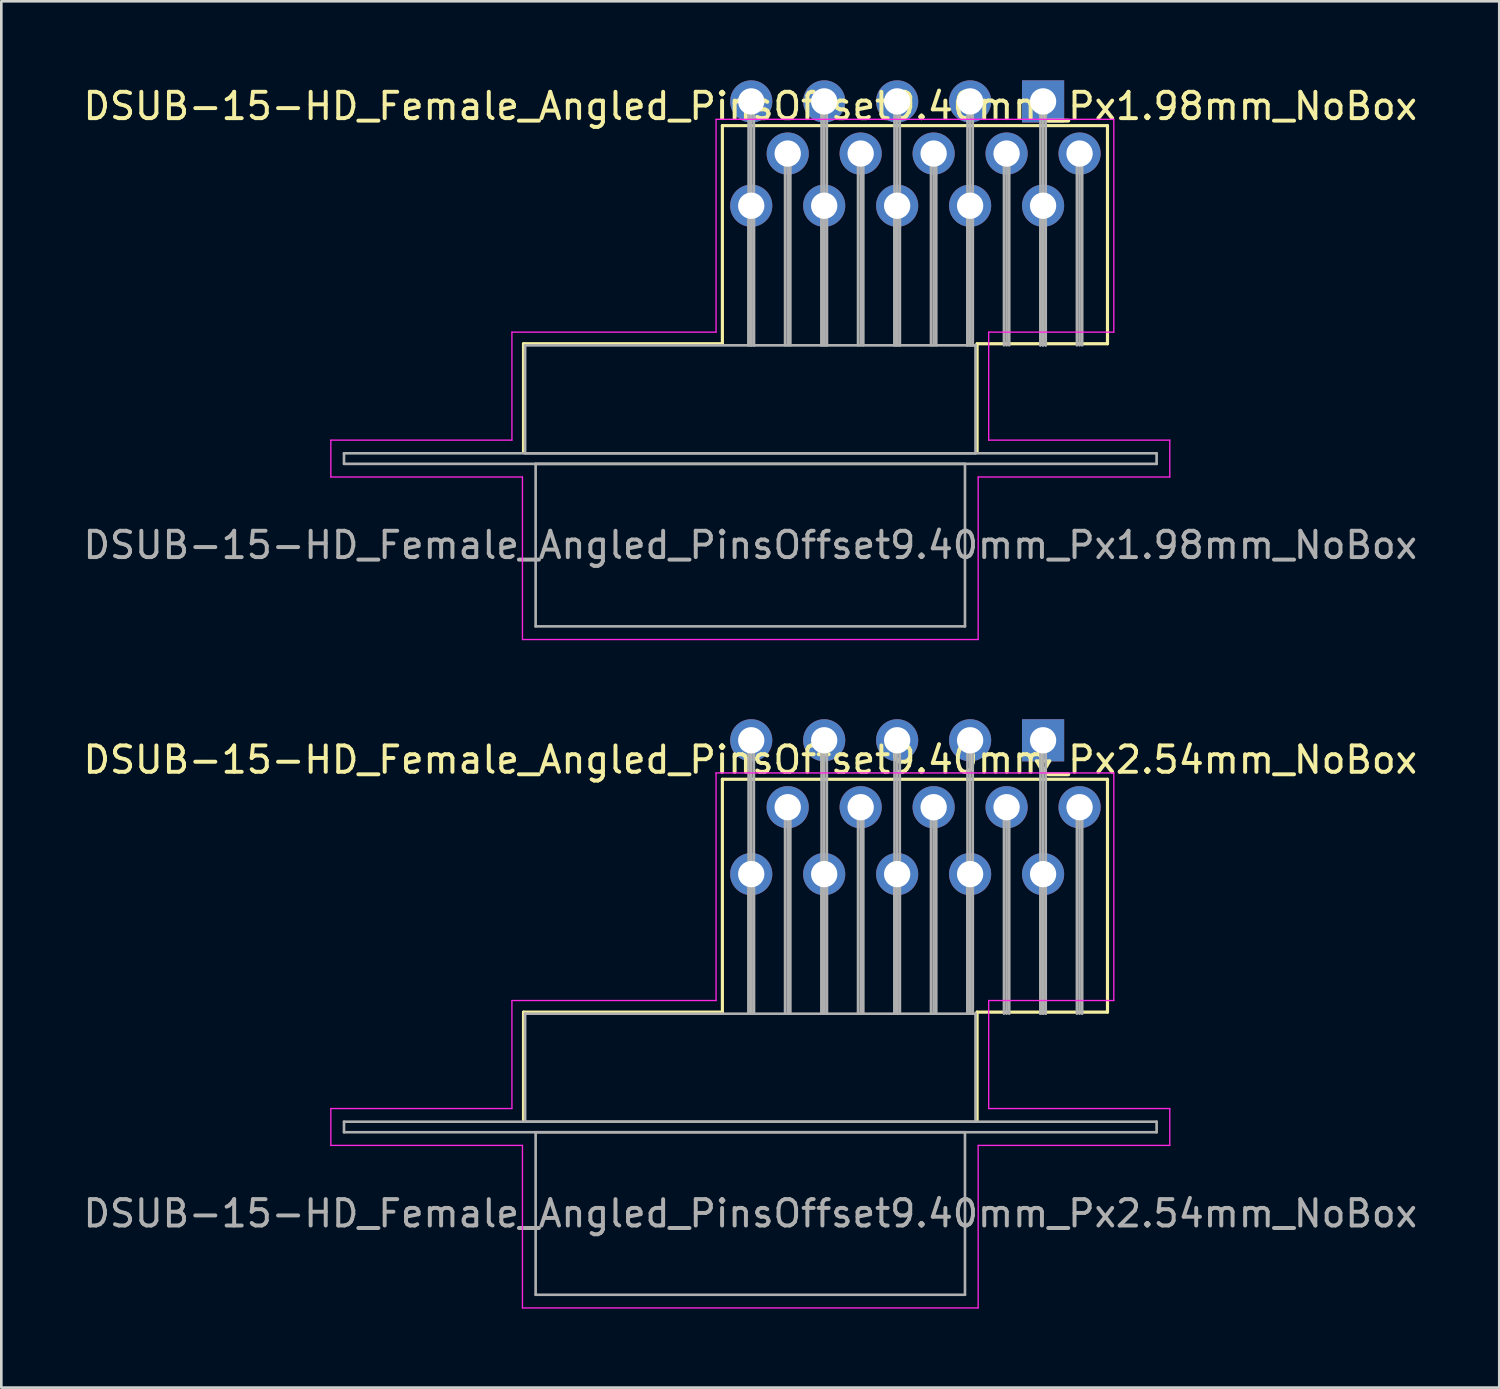
<source format=kicad_pcb>
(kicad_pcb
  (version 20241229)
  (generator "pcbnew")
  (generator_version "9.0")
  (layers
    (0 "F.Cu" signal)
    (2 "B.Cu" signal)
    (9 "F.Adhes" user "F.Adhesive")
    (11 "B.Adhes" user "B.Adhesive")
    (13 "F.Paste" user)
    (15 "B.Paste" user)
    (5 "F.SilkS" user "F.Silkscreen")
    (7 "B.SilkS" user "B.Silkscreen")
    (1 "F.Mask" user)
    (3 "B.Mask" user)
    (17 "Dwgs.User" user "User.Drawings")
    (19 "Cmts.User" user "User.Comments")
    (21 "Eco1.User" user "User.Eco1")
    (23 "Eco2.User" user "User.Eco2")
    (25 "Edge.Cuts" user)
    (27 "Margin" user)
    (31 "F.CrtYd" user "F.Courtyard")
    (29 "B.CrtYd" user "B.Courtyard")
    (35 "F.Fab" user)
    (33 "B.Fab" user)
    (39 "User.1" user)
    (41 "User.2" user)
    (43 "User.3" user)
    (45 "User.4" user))
  (footprint "DSUB-15-HD_Female_Angled_PinsOffset9.40mm_Px2.54mm_NoBox"
    (layer "F.Cu")
    (at 36.55 25.055)
    (property "Reference" "DSUB-15-HD_Female_Angled_PinsOffset9.40mm_Px2.54mm_NoBox" (at -11.115 0.74 0) (layer "F.SilkS") (effects (font (size 1 1) (thickness 0.15))))
    (attr through_hole)
    (fp_line (start -19.725 10.32) (end -12.175 10.32) (stroke (width 0.12) (type solid)) (layer "F.SilkS"))
    (fp_line (start -19.725 14.42) (end -19.725 10.32) (stroke (width 0.12) (type solid)) (layer "F.SilkS"))
    (fp_line (start -12.175 1.48) (end 2.445 1.48) (stroke (width 0.12) (type solid)) (layer "F.SilkS"))
    (fp_line (start -12.175 10.32) (end -12.175 1.48) (stroke (width 0.12) (type solid)) (layer "F.SilkS"))
    (fp_line (start -2.505 10.32) (end -2.505 14.42) (stroke (width 0.12) (type solid)) (layer "F.SilkS"))
    (fp_line (start -0.25 0.786) (end 0.25 0.786) (stroke (width 0.12) (type solid)) (layer "F.SilkS"))
    (fp_line (start 0 1.219) (end -0.25 0.786) (stroke (width 0.12) (type solid)) (layer "F.SilkS"))
    (fp_line (start 0.25 0.786) (end 0 1.219) (stroke (width 0.12) (type solid)) (layer "F.SilkS"))
    (fp_line (start 2.445 1.48) (end 2.445 10.32) (stroke (width 0.12) (type solid)) (layer "F.SilkS"))
    (fp_line (start 2.445 10.32) (end -2.505 10.32) (stroke (width 0.12) (type solid)) (layer "F.SilkS"))
    (fp_line (start -27.04 13.98) (end -20.165 13.98) (stroke (width 0.05) (type solid)) (layer "F.CrtYd"))
    (fp_line (start -27.04 15.38) (end -27.04 13.98) (stroke (width 0.05) (type solid)) (layer "F.CrtYd"))
    (fp_line (start -20.165 9.88) (end -12.415 9.88) (stroke (width 0.05) (type solid)) (layer "F.CrtYd"))
    (fp_line (start -20.165 13.98) (end -20.165 9.88) (stroke (width 0.05) (type solid)) (layer "F.CrtYd"))
    (fp_line (start -19.765 15.38) (end -27.04 15.38) (stroke (width 0.05) (type solid)) (layer "F.CrtYd"))
    (fp_line (start -19.765 21.55) (end -19.765 15.38) (stroke (width 0.05) (type solid)) (layer "F.CrtYd"))
    (fp_line (start -12.415 1.24) (end 2.685 1.24) (stroke (width 0.05) (type solid)) (layer "F.CrtYd"))
    (fp_line (start -12.415 9.88) (end -12.415 1.24) (stroke (width 0.05) (type solid)) (layer "F.CrtYd"))
    (fp_line (start -2.465 15.38) (end -2.465 21.55) (stroke (width 0.05) (type solid)) (layer "F.CrtYd"))
    (fp_line (start -2.465 21.55) (end -19.765 21.55) (stroke (width 0.05) (type solid)) (layer "F.CrtYd"))
    (fp_line (start -2.065 9.88) (end -2.065 13.98) (stroke (width 0.05) (type solid)) (layer "F.CrtYd"))
    (fp_line (start -2.065 13.98) (end 4.81 13.98) (stroke (width 0.05) (type solid)) (layer "F.CrtYd"))
    (fp_line (start 2.685 1.24) (end 2.685 9.88) (stroke (width 0.05) (type solid)) (layer "F.CrtYd"))
    (fp_line (start 2.685 9.88) (end -2.065 9.88) (stroke (width 0.05) (type solid)) (layer "F.CrtYd"))
    (fp_line (start 4.81 13.98) (end 4.81 15.38) (stroke (width 0.05) (type solid)) (layer "F.CrtYd"))
    (fp_line (start 4.81 15.38) (end -2.465 15.38) (stroke (width 0.05) (type solid)) (layer "F.CrtYd"))
    (fp_line (start -26.54 14.48) (end -26.54 14.88) (stroke (width 0.1) (type solid)) (layer "F.Fab"))
    (fp_line (start -26.54 14.88) (end 4.31 14.88) (stroke (width 0.1) (type solid)) (layer "F.Fab"))
    (fp_line (start -19.665 10.38) (end -19.665 14.48) (stroke (width 0.1) (type solid)) (layer "F.Fab"))
    (fp_line (start -19.665 14.48) (end -2.565 14.48) (stroke (width 0.1) (type solid)) (layer "F.Fab"))
    (fp_line (start -19.265 14.88) (end -19.265 21.05) (stroke (width 0.1) (type solid)) (layer "F.Fab"))
    (fp_line (start -19.265 21.05) (end -2.965 21.05) (stroke (width 0.1) (type solid)) (layer "F.Fab"))
    (fp_line (start -11.18 0) (end -11.18 10.38) (stroke (width 0.1) (type solid)) (layer "F.Fab"))
    (fp_line (start -11.18 5.08) (end -11.18 10.38) (stroke (width 0.1) (type solid)) (layer "F.Fab"))
    (fp_line (start -11.08 0) (end -11.08 10.38) (stroke (width 0.1) (type solid)) (layer "F.Fab"))
    (fp_line (start -11.08 5.08) (end -11.08 10.38) (stroke (width 0.1) (type solid)) (layer "F.Fab"))
    (fp_line (start -10.98 0) (end -10.98 10.38) (stroke (width 0.1) (type solid)) (layer "F.Fab"))
    (fp_line (start -10.98 5.08) (end -10.98 10.38) (stroke (width 0.1) (type solid)) (layer "F.Fab"))
    (fp_line (start -9.795 2.54) (end -9.795 10.38) (stroke (width 0.1) (type solid)) (layer "F.Fab"))
    (fp_line (start -9.695 2.54) (end -9.695 10.38) (stroke (width 0.1) (type solid)) (layer "F.Fab"))
    (fp_line (start -9.595 2.54) (end -9.595 10.38) (stroke (width 0.1) (type solid)) (layer "F.Fab"))
    (fp_line (start -8.41 0) (end -8.41 10.38) (stroke (width 0.1) (type solid)) (layer "F.Fab"))
    (fp_line (start -8.41 5.08) (end -8.41 10.38) (stroke (width 0.1) (type solid)) (layer "F.Fab"))
    (fp_line (start -8.31 0) (end -8.31 10.38) (stroke (width 0.1) (type solid)) (layer "F.Fab"))
    (fp_line (start -8.31 5.08) (end -8.31 10.38) (stroke (width 0.1) (type solid)) (layer "F.Fab"))
    (fp_line (start -8.21 0) (end -8.21 10.38) (stroke (width 0.1) (type solid)) (layer "F.Fab"))
    (fp_line (start -8.21 5.08) (end -8.21 10.38) (stroke (width 0.1) (type solid)) (layer "F.Fab"))
    (fp_line (start -7.025 2.54) (end -7.025 10.38) (stroke (width 0.1) (type solid)) (layer "F.Fab"))
    (fp_line (start -6.925 2.54) (end -6.925 10.38) (stroke (width 0.1) (type solid)) (layer "F.Fab"))
    (fp_line (start -6.825 2.54) (end -6.825 10.38) (stroke (width 0.1) (type solid)) (layer "F.Fab"))
    (fp_line (start -5.64 0) (end -5.64 10.38) (stroke (width 0.1) (type solid)) (layer "F.Fab"))
    (fp_line (start -5.64 5.08) (end -5.64 10.38) (stroke (width 0.1) (type solid)) (layer "F.Fab"))
    (fp_line (start -5.54 0) (end -5.54 10.38) (stroke (width 0.1) (type solid)) (layer "F.Fab"))
    (fp_line (start -5.54 5.08) (end -5.54 10.38) (stroke (width 0.1) (type solid)) (layer "F.Fab"))
    (fp_line (start -5.44 0) (end -5.44 10.38) (stroke (width 0.1) (type solid)) (layer "F.Fab"))
    (fp_line (start -5.44 5.08) (end -5.44 10.38) (stroke (width 0.1) (type solid)) (layer "F.Fab"))
    (fp_line (start -4.255 2.54) (end -4.255 10.38) (stroke (width 0.1) (type solid)) (layer "F.Fab"))
    (fp_line (start -4.155 2.54) (end -4.155 10.38) (stroke (width 0.1) (type solid)) (layer "F.Fab"))
    (fp_line (start -4.055 2.54) (end -4.055 10.38) (stroke (width 0.1) (type solid)) (layer "F.Fab"))
    (fp_line (start -2.965 14.88) (end -19.265 14.88) (stroke (width 0.1) (type solid)) (layer "F.Fab"))
    (fp_line (start -2.965 21.05) (end -2.965 14.88) (stroke (width 0.1) (type solid)) (layer "F.Fab"))
    (fp_line (start -2.87 0) (end -2.87 10.38) (stroke (width 0.1) (type solid)) (layer "F.Fab"))
    (fp_line (start -2.87 5.08) (end -2.87 10.38) (stroke (width 0.1) (type solid)) (layer "F.Fab"))
    (fp_line (start -2.77 0) (end -2.77 10.38) (stroke (width 0.1) (type solid)) (layer "F.Fab"))
    (fp_line (start -2.77 5.08) (end -2.77 10.38) (stroke (width 0.1) (type solid)) (layer "F.Fab"))
    (fp_line (start -2.67 0) (end -2.67 10.38) (stroke (width 0.1) (type solid)) (layer "F.Fab"))
    (fp_line (start -2.67 5.08) (end -2.67 10.38) (stroke (width 0.1) (type solid)) (layer "F.Fab"))
    (fp_line (start -2.565 10.38) (end -19.665 10.38) (stroke (width 0.1) (type solid)) (layer "F.Fab"))
    (fp_line (start -2.565 14.48) (end -2.565 10.38) (stroke (width 0.1) (type solid)) (layer "F.Fab"))
    (fp_line (start -1.485 2.54) (end -1.485 10.38) (stroke (width 0.1) (type solid)) (layer "F.Fab"))
    (fp_line (start -1.385 2.54) (end -1.385 10.38) (stroke (width 0.1) (type solid)) (layer "F.Fab"))
    (fp_line (start -1.285 2.54) (end -1.285 10.38) (stroke (width 0.1) (type solid)) (layer "F.Fab"))
    (fp_line (start -0.1 0) (end -0.1 10.38) (stroke (width 0.1) (type solid)) (layer "F.Fab"))
    (fp_line (start -0.1 5.08) (end -0.1 10.38) (stroke (width 0.1) (type solid)) (layer "F.Fab"))
    (fp_line (start 0 0) (end 0 10.38) (stroke (width 0.1) (type solid)) (layer "F.Fab"))
    (fp_line (start 0 5.08) (end 0 10.38) (stroke (width 0.1) (type solid)) (layer "F.Fab"))
    (fp_line (start 0.1 0) (end 0.1 10.38) (stroke (width 0.1) (type solid)) (layer "F.Fab"))
    (fp_line (start 0.1 5.08) (end 0.1 10.38) (stroke (width 0.1) (type solid)) (layer "F.Fab"))
    (fp_line (start 1.285 2.54) (end 1.285 10.38) (stroke (width 0.1) (type solid)) (layer "F.Fab"))
    (fp_line (start 1.385 2.54) (end 1.385 10.38) (stroke (width 0.1) (type solid)) (layer "F.Fab"))
    (fp_line (start 1.485 2.54) (end 1.485 10.38) (stroke (width 0.1) (type solid)) (layer "F.Fab"))
    (fp_line (start 4.31 14.48) (end -26.54 14.48) (stroke (width 0.1) (type solid)) (layer "F.Fab"))
    (fp_line (start 4.31 14.88) (end 4.31 14.48) (stroke (width 0.1) (type solid)) (layer "F.Fab"))
    (fp_text user "${REFERENCE}" (at -11.115 17.965 0) (layer "F.Fab") (effects (font (size 1 1) (thickness 0.15))))
    (pad "1" thru_hole rect (at 0 0) (size 1.6 1.6) (drill 1) (layers "*.Cu" "*.Mask"))
    (pad "2" thru_hole circle (at -2.77 0) (size 1.6 1.6) (drill 1) (layers "*.Cu" "*.Mask"))
    (pad "3" thru_hole circle (at -5.54 0) (size 1.6 1.6) (drill 1) (layers "*.Cu" "*.Mask"))
    (pad "4" thru_hole circle (at -8.31 0) (size 1.6 1.6) (drill 1) (layers "*.Cu" "*.Mask"))
    (pad "5" thru_hole circle (at -11.08 0) (size 1.6 1.6) (drill 1) (layers "*.Cu" "*.Mask"))
    (pad "6" thru_hole circle (at 1.385 2.54) (size 1.6 1.6) (drill 1) (layers "*.Cu" "*.Mask"))
    (pad "7" thru_hole circle (at -1.385 2.54) (size 1.6 1.6) (drill 1) (layers "*.Cu" "*.Mask"))
    (pad "8" thru_hole circle (at -4.155 2.54) (size 1.6 1.6) (drill 1) (layers "*.Cu" "*.Mask"))
    (pad "9" thru_hole circle (at -6.925 2.54) (size 1.6 1.6) (drill 1) (layers "*.Cu" "*.Mask"))
    (pad "10" thru_hole circle (at -9.695 2.54) (size 1.6 1.6) (drill 1) (layers "*.Cu" "*.Mask"))
    (pad "11" thru_hole circle (at 0 5.08) (size 1.6 1.6) (drill 1) (layers "*.Cu" "*.Mask"))
    (pad "12" thru_hole circle (at -2.77 5.08) (size 1.6 1.6) (drill 1) (layers "*.Cu" "*.Mask"))
    (pad "13" thru_hole circle (at -5.54 5.08) (size 1.6 1.6) (drill 1) (layers "*.Cu" "*.Mask"))
    (pad "14" thru_hole circle (at -8.31 5.08) (size 1.6 1.6) (drill 1) (layers "*.Cu" "*.Mask"))
    (pad "15" thru_hole circle (at -11.08 5.08) (size 1.6 1.6) (drill 1) (layers "*.Cu" "*.Mask")))
  (footprint "DSUB-15-HD_Female_Angled_PinsOffset9.40mm_Px1.98mm_NoBox"
    (layer "F.Cu")
    (at 36.55 0.8)
    (property "Reference" "DSUB-15-HD_Female_Angled_PinsOffset9.40mm_Px1.98mm_NoBox" (at -11.115 0.18 0) (layer "F.SilkS") (effects (font (size 1 1) (thickness 0.15))))
    (attr through_hole)
    (fp_line (start -19.725 9.2) (end -12.175 9.2) (stroke (width 0.12) (type solid)) (layer "F.SilkS"))
    (fp_line (start -19.725 13.3) (end -19.725 9.2) (stroke (width 0.12) (type solid)) (layer "F.SilkS"))
    (fp_line (start -12.175 0.92) (end 2.445 0.92) (stroke (width 0.12) (type solid)) (layer "F.SilkS"))
    (fp_line (start -12.175 9.2) (end -12.175 0.92) (stroke (width 0.12) (type solid)) (layer "F.SilkS"))
    (fp_line (start -2.505 9.2) (end -2.505 13.3) (stroke (width 0.12) (type solid)) (layer "F.SilkS"))
    (fp_line (start -0.25 0.226) (end 0.25 0.226) (stroke (width 0.12) (type solid)) (layer "F.SilkS"))
    (fp_line (start 0 0.659) (end -0.25 0.226) (stroke (width 0.12) (type solid)) (layer "F.SilkS"))
    (fp_line (start 0.25 0.226) (end 0 0.659) (stroke (width 0.12) (type solid)) (layer "F.SilkS"))
    (fp_line (start 2.445 0.92) (end 2.445 9.2) (stroke (width 0.12) (type solid)) (layer "F.SilkS"))
    (fp_line (start 2.445 9.2) (end -2.505 9.2) (stroke (width 0.12) (type solid)) (layer "F.SilkS"))
    (fp_line (start -27.04 12.86) (end -20.165 12.86) (stroke (width 0.05) (type solid)) (layer "F.CrtYd"))
    (fp_line (start -27.04 14.26) (end -27.04 12.86) (stroke (width 0.05) (type solid)) (layer "F.CrtYd"))
    (fp_line (start -20.165 8.76) (end -12.415 8.76) (stroke (width 0.05) (type solid)) (layer "F.CrtYd"))
    (fp_line (start -20.165 12.86) (end -20.165 8.76) (stroke (width 0.05) (type solid)) (layer "F.CrtYd"))
    (fp_line (start -19.765 14.26) (end -27.04 14.26) (stroke (width 0.05) (type solid)) (layer "F.CrtYd"))
    (fp_line (start -19.765 20.43) (end -19.765 14.26) (stroke (width 0.05) (type solid)) (layer "F.CrtYd"))
    (fp_line (start -12.415 0.68) (end 2.685 0.68) (stroke (width 0.05) (type solid)) (layer "F.CrtYd"))
    (fp_line (start -12.415 8.76) (end -12.415 0.68) (stroke (width 0.05) (type solid)) (layer "F.CrtYd"))
    (fp_line (start -2.465 14.26) (end -2.465 20.43) (stroke (width 0.05) (type solid)) (layer "F.CrtYd"))
    (fp_line (start -2.465 20.43) (end -19.765 20.43) (stroke (width 0.05) (type solid)) (layer "F.CrtYd"))
    (fp_line (start -2.065 8.76) (end -2.065 12.86) (stroke (width 0.05) (type solid)) (layer "F.CrtYd"))
    (fp_line (start -2.065 12.86) (end 4.81 12.86) (stroke (width 0.05) (type solid)) (layer "F.CrtYd"))
    (fp_line (start 2.685 0.68) (end 2.685 8.76) (stroke (width 0.05) (type solid)) (layer "F.CrtYd"))
    (fp_line (start 2.685 8.76) (end -2.065 8.76) (stroke (width 0.05) (type solid)) (layer "F.CrtYd"))
    (fp_line (start 4.81 12.86) (end 4.81 14.26) (stroke (width 0.05) (type solid)) (layer "F.CrtYd"))
    (fp_line (start 4.81 14.26) (end -2.465 14.26) (stroke (width 0.05) (type solid)) (layer "F.CrtYd"))
    (fp_line (start -26.54 13.36) (end -26.54 13.76) (stroke (width 0.1) (type solid)) (layer "F.Fab"))
    (fp_line (start -26.54 13.76) (end 4.31 13.76) (stroke (width 0.1) (type solid)) (layer "F.Fab"))
    (fp_line (start -19.665 9.26) (end -19.665 13.36) (stroke (width 0.1) (type solid)) (layer "F.Fab"))
    (fp_line (start -19.665 13.36) (end -2.565 13.36) (stroke (width 0.1) (type solid)) (layer "F.Fab"))
    (fp_line (start -19.265 13.76) (end -19.265 19.93) (stroke (width 0.1) (type solid)) (layer "F.Fab"))
    (fp_line (start -19.265 19.93) (end -2.965 19.93) (stroke (width 0.1) (type solid)) (layer "F.Fab"))
    (fp_line (start -11.18 0) (end -11.18 9.26) (stroke (width 0.1) (type solid)) (layer "F.Fab"))
    (fp_line (start -11.18 3.96) (end -11.18 9.26) (stroke (width 0.1) (type solid)) (layer "F.Fab"))
    (fp_line (start -11.08 0) (end -11.08 9.26) (stroke (width 0.1) (type solid)) (layer "F.Fab"))
    (fp_line (start -11.08 3.96) (end -11.08 9.26) (stroke (width 0.1) (type solid)) (layer "F.Fab"))
    (fp_line (start -10.98 0) (end -10.98 9.26) (stroke (width 0.1) (type solid)) (layer "F.Fab"))
    (fp_line (start -10.98 3.96) (end -10.98 9.26) (stroke (width 0.1) (type solid)) (layer "F.Fab"))
    (fp_line (start -9.795 1.98) (end -9.795 9.26) (stroke (width 0.1) (type solid)) (layer "F.Fab"))
    (fp_line (start -9.695 1.98) (end -9.695 9.26) (stroke (width 0.1) (type solid)) (layer "F.Fab"))
    (fp_line (start -9.595 1.98) (end -9.595 9.26) (stroke (width 0.1) (type solid)) (layer "F.Fab"))
    (fp_line (start -8.41 0) (end -8.41 9.26) (stroke (width 0.1) (type solid)) (layer "F.Fab"))
    (fp_line (start -8.41 3.96) (end -8.41 9.26) (stroke (width 0.1) (type solid)) (layer "F.Fab"))
    (fp_line (start -8.31 0) (end -8.31 9.26) (stroke (width 0.1) (type solid)) (layer "F.Fab"))
    (fp_line (start -8.31 3.96) (end -8.31 9.26) (stroke (width 0.1) (type solid)) (layer "F.Fab"))
    (fp_line (start -8.21 0) (end -8.21 9.26) (stroke (width 0.1) (type solid)) (layer "F.Fab"))
    (fp_line (start -8.21 3.96) (end -8.21 9.26) (stroke (width 0.1) (type solid)) (layer "F.Fab"))
    (fp_line (start -7.025 1.98) (end -7.025 9.26) (stroke (width 0.1) (type solid)) (layer "F.Fab"))
    (fp_line (start -6.925 1.98) (end -6.925 9.26) (stroke (width 0.1) (type solid)) (layer "F.Fab"))
    (fp_line (start -6.825 1.98) (end -6.825 9.26) (stroke (width 0.1) (type solid)) (layer "F.Fab"))
    (fp_line (start -5.64 0) (end -5.64 9.26) (stroke (width 0.1) (type solid)) (layer "F.Fab"))
    (fp_line (start -5.64 3.96) (end -5.64 9.26) (stroke (width 0.1) (type solid)) (layer "F.Fab"))
    (fp_line (start -5.54 0) (end -5.54 9.26) (stroke (width 0.1) (type solid)) (layer "F.Fab"))
    (fp_line (start -5.54 3.96) (end -5.54 9.26) (stroke (width 0.1) (type solid)) (layer "F.Fab"))
    (fp_line (start -5.44 0) (end -5.44 9.26) (stroke (width 0.1) (type solid)) (layer "F.Fab"))
    (fp_line (start -5.44 3.96) (end -5.44 9.26) (stroke (width 0.1) (type solid)) (layer "F.Fab"))
    (fp_line (start -4.255 1.98) (end -4.255 9.26) (stroke (width 0.1) (type solid)) (layer "F.Fab"))
    (fp_line (start -4.155 1.98) (end -4.155 9.26) (stroke (width 0.1) (type solid)) (layer "F.Fab"))
    (fp_line (start -4.055 1.98) (end -4.055 9.26) (stroke (width 0.1) (type solid)) (layer "F.Fab"))
    (fp_line (start -2.965 13.76) (end -19.265 13.76) (stroke (width 0.1) (type solid)) (layer "F.Fab"))
    (fp_line (start -2.965 19.93) (end -2.965 13.76) (stroke (width 0.1) (type solid)) (layer "F.Fab"))
    (fp_line (start -2.87 0) (end -2.87 9.26) (stroke (width 0.1) (type solid)) (layer "F.Fab"))
    (fp_line (start -2.87 3.96) (end -2.87 9.26) (stroke (width 0.1) (type solid)) (layer "F.Fab"))
    (fp_line (start -2.77 0) (end -2.77 9.26) (stroke (width 0.1) (type solid)) (layer "F.Fab"))
    (fp_line (start -2.77 3.96) (end -2.77 9.26) (stroke (width 0.1) (type solid)) (layer "F.Fab"))
    (fp_line (start -2.67 0) (end -2.67 9.26) (stroke (width 0.1) (type solid)) (layer "F.Fab"))
    (fp_line (start -2.67 3.96) (end -2.67 9.26) (stroke (width 0.1) (type solid)) (layer "F.Fab"))
    (fp_line (start -2.565 9.26) (end -19.665 9.26) (stroke (width 0.1) (type solid)) (layer "F.Fab"))
    (fp_line (start -2.565 13.36) (end -2.565 9.26) (stroke (width 0.1) (type solid)) (layer "F.Fab"))
    (fp_line (start -1.485 1.98) (end -1.485 9.26) (stroke (width 0.1) (type solid)) (layer "F.Fab"))
    (fp_line (start -1.385 1.98) (end -1.385 9.26) (stroke (width 0.1) (type solid)) (layer "F.Fab"))
    (fp_line (start -1.285 1.98) (end -1.285 9.26) (stroke (width 0.1) (type solid)) (layer "F.Fab"))
    (fp_line (start -0.1 0) (end -0.1 9.26) (stroke (width 0.1) (type solid)) (layer "F.Fab"))
    (fp_line (start -0.1 3.96) (end -0.1 9.26) (stroke (width 0.1) (type solid)) (layer "F.Fab"))
    (fp_line (start 0 0) (end 0 9.26) (stroke (width 0.1) (type solid)) (layer "F.Fab"))
    (fp_line (start 0 3.96) (end 0 9.26) (stroke (width 0.1) (type solid)) (layer "F.Fab"))
    (fp_line (start 0.1 0) (end 0.1 9.26) (stroke (width 0.1) (type solid)) (layer "F.Fab"))
    (fp_line (start 0.1 3.96) (end 0.1 9.26) (stroke (width 0.1) (type solid)) (layer "F.Fab"))
    (fp_line (start 1.285 1.98) (end 1.285 9.26) (stroke (width 0.1) (type solid)) (layer "F.Fab"))
    (fp_line (start 1.385 1.98) (end 1.385 9.26) (stroke (width 0.1) (type solid)) (layer "F.Fab"))
    (fp_line (start 1.485 1.98) (end 1.485 9.26) (stroke (width 0.1) (type solid)) (layer "F.Fab"))
    (fp_line (start 4.31 13.36) (end -26.54 13.36) (stroke (width 0.1) (type solid)) (layer "F.Fab"))
    (fp_line (start 4.31 13.76) (end 4.31 13.36) (stroke (width 0.1) (type solid)) (layer "F.Fab"))
    (fp_text user "${REFERENCE}" (at -11.115 16.845 0) (layer "F.Fab") (effects (font (size 1 1) (thickness 0.15))))
    (pad "1" thru_hole rect (at 0 0) (size 1.6 1.6) (drill 1) (layers "*.Cu" "*.Mask"))
    (pad "2" thru_hole circle (at -2.77 0) (size 1.6 1.6) (drill 1) (layers "*.Cu" "*.Mask"))
    (pad "3" thru_hole circle (at -5.54 0) (size 1.6 1.6) (drill 1) (layers "*.Cu" "*.Mask"))
    (pad "4" thru_hole circle (at -8.31 0) (size 1.6 1.6) (drill 1) (layers "*.Cu" "*.Mask"))
    (pad "5" thru_hole circle (at -11.08 0) (size 1.6 1.6) (drill 1) (layers "*.Cu" "*.Mask"))
    (pad "6" thru_hole circle (at 1.385 1.98) (size 1.6 1.6) (drill 1) (layers "*.Cu" "*.Mask"))
    (pad "7" thru_hole circle (at -1.385 1.98) (size 1.6 1.6) (drill 1) (layers "*.Cu" "*.Mask"))
    (pad "8" thru_hole circle (at -4.155 1.98) (size 1.6 1.6) (drill 1) (layers "*.Cu" "*.Mask"))
    (pad "9" thru_hole circle (at -6.925 1.98) (size 1.6 1.6) (drill 1) (layers "*.Cu" "*.Mask"))
    (pad "10" thru_hole circle (at -9.695 1.98) (size 1.6 1.6) (drill 1) (layers "*.Cu" "*.Mask"))
    (pad "11" thru_hole circle (at 0 3.96) (size 1.6 1.6) (drill 1) (layers "*.Cu" "*.Mask"))
    (pad "12" thru_hole circle (at -2.77 3.96) (size 1.6 1.6) (drill 1) (layers "*.Cu" "*.Mask"))
    (pad "13" thru_hole circle (at -5.54 3.96) (size 1.6 1.6) (drill 1) (layers "*.Cu" "*.Mask"))
    (pad "14" thru_hole circle (at -8.31 3.96) (size 1.6 1.6) (drill 1) (layers "*.Cu" "*.Mask"))
    (pad "15" thru_hole circle (at -11.08 3.96) (size 1.6 1.6) (drill 1) (layers "*.Cu" "*.Mask")))
  (gr_rect
    (start -3 -3)
    (end 53.869 49.63)
    (stroke (width 0.1) (type default))
    (fill no)
    (layer "Edge.Cuts")))
</source>
